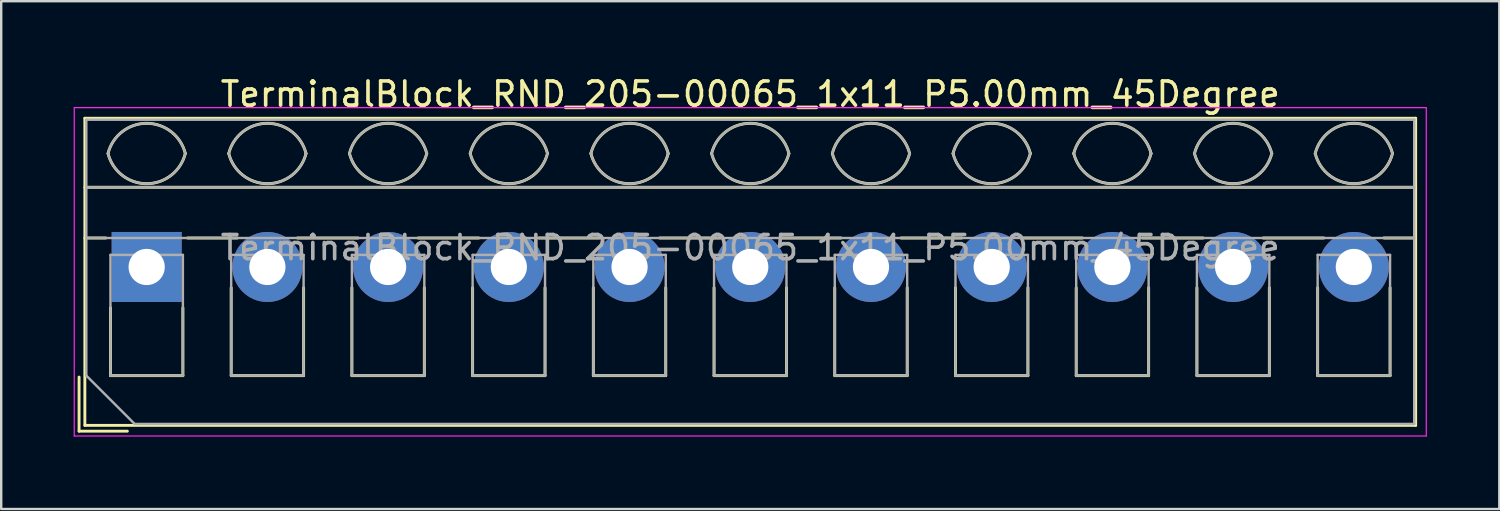
<source format=kicad_pcb>
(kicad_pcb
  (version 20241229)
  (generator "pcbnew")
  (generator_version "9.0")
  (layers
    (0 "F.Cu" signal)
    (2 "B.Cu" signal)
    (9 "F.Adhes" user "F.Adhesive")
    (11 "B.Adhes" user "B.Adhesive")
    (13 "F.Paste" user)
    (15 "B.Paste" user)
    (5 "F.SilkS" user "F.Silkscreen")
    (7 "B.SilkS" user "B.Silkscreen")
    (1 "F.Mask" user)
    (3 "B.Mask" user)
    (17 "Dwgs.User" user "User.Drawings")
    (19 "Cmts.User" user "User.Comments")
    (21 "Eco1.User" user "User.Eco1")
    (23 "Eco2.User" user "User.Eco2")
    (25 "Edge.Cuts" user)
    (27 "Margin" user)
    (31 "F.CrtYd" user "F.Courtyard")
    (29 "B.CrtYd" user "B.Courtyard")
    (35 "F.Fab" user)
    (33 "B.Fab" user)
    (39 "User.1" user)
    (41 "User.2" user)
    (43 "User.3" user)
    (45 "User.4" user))
  (footprint "TerminalBlock_RND_205-00065_1x11_P5.00mm_45Degree"
    (layer "F.Cu")
    (at 3.025 8.008)
    (property "Reference" "TerminalBlock_RND_205-00065_1x11_P5.00mm_45Degree" (at 25 -7.16 0) (layer "F.SilkS") (effects (font (size 1 1) (thickness 0.15))))
    (attr through_hole)
    (fp_line (start -2.8 4.56) (end -2.8 6.8) (stroke (width 0.12) (type solid)) (layer "F.SilkS"))
    (fp_line (start -2.8 6.8) (end -0.8 6.8) (stroke (width 0.12) (type solid)) (layer "F.SilkS"))
    (fp_line (start -2.56 -6.16) (end -2.56 6.56) (stroke (width 0.12) (type solid)) (layer "F.SilkS"))
    (fp_line (start -2.56 -6.16) (end 52.56 -6.16) (stroke (width 0.12) (type solid)) (layer "F.SilkS"))
    (fp_line (start -2.56 -3.301) (end 52.56 -3.301) (stroke (width 0.12) (type solid)) (layer "F.SilkS"))
    (fp_line (start -2.56 -1.201) (end -1.69 -1.201) (stroke (width 0.12) (type solid)) (layer "F.SilkS"))
    (fp_line (start -2.56 6.56) (end 52.56 6.56) (stroke (width 0.12) (type solid)) (layer "F.SilkS"))
    (fp_line (start -1.5 1.69) (end -1.5 4.5) (stroke (width 0.12) (type solid)) (layer "F.SilkS"))
    (fp_line (start -1.5 4.5) (end 1.5 4.5) (stroke (width 0.12) (type solid)) (layer "F.SilkS"))
    (fp_line (start 1.5 1.69) (end 1.5 4.5) (stroke (width 0.12) (type solid)) (layer "F.SilkS"))
    (fp_line (start 1.69 -1.201) (end 3.758 -1.201) (stroke (width 0.12) (type solid)) (layer "F.SilkS"))
    (fp_line (start 3.5 0.86) (end 3.5 4.5) (stroke (width 0.12) (type solid)) (layer "F.SilkS"))
    (fp_line (start 3.5 4.5) (end 6.5 4.5) (stroke (width 0.12) (type solid)) (layer "F.SilkS"))
    (fp_line (start 6.243 -1.201) (end 8.758 -1.201) (stroke (width 0.12) (type solid)) (layer "F.SilkS"))
    (fp_line (start 6.5 0.86) (end 6.5 4.5) (stroke (width 0.12) (type solid)) (layer "F.SilkS"))
    (fp_line (start 8.5 0.86) (end 8.5 4.5) (stroke (width 0.12) (type solid)) (layer "F.SilkS"))
    (fp_line (start 8.5 4.5) (end 11.5 4.5) (stroke (width 0.12) (type solid)) (layer "F.SilkS"))
    (fp_line (start 11.243 -1.201) (end 13.758 -1.201) (stroke (width 0.12) (type solid)) (layer "F.SilkS"))
    (fp_line (start 11.5 0.86) (end 11.5 4.5) (stroke (width 0.12) (type solid)) (layer "F.SilkS"))
    (fp_line (start 13.5 0.86) (end 13.5 4.5) (stroke (width 0.12) (type solid)) (layer "F.SilkS"))
    (fp_line (start 13.5 4.5) (end 16.5 4.5) (stroke (width 0.12) (type solid)) (layer "F.SilkS"))
    (fp_line (start 16.243 -1.201) (end 18.758 -1.201) (stroke (width 0.12) (type solid)) (layer "F.SilkS"))
    (fp_line (start 16.5 0.86) (end 16.5 4.5) (stroke (width 0.12) (type solid)) (layer "F.SilkS"))
    (fp_line (start 18.5 0.86) (end 18.5 4.5) (stroke (width 0.12) (type solid)) (layer "F.SilkS"))
    (fp_line (start 18.5 4.5) (end 21.5 4.5) (stroke (width 0.12) (type solid)) (layer "F.SilkS"))
    (fp_line (start 21.243 -1.201) (end 23.758 -1.201) (stroke (width 0.12) (type solid)) (layer "F.SilkS"))
    (fp_line (start 21.5 0.86) (end 21.5 4.5) (stroke (width 0.12) (type solid)) (layer "F.SilkS"))
    (fp_line (start 23.5 0.86) (end 23.5 4.5) (stroke (width 0.12) (type solid)) (layer "F.SilkS"))
    (fp_line (start 23.5 4.5) (end 26.5 4.5) (stroke (width 0.12) (type solid)) (layer "F.SilkS"))
    (fp_line (start 26.243 -1.201) (end 28.758 -1.201) (stroke (width 0.12) (type solid)) (layer "F.SilkS"))
    (fp_line (start 26.5 0.86) (end 26.5 4.5) (stroke (width 0.12) (type solid)) (layer "F.SilkS"))
    (fp_line (start 28.5 0.86) (end 28.5 4.5) (stroke (width 0.12) (type solid)) (layer "F.SilkS"))
    (fp_line (start 28.5 4.5) (end 31.5 4.5) (stroke (width 0.12) (type solid)) (layer "F.SilkS"))
    (fp_line (start 31.243 -1.201) (end 33.758 -1.201) (stroke (width 0.12) (type solid)) (layer "F.SilkS"))
    (fp_line (start 31.5 0.86) (end 31.5 4.5) (stroke (width 0.12) (type solid)) (layer "F.SilkS"))
    (fp_line (start 33.5 0.86) (end 33.5 4.5) (stroke (width 0.12) (type solid)) (layer "F.SilkS"))
    (fp_line (start 33.5 4.5) (end 36.5 4.5) (stroke (width 0.12) (type solid)) (layer "F.SilkS"))
    (fp_line (start 36.243 -1.201) (end 38.758 -1.201) (stroke (width 0.12) (type solid)) (layer "F.SilkS"))
    (fp_line (start 36.5 0.86) (end 36.5 4.5) (stroke (width 0.12) (type solid)) (layer "F.SilkS"))
    (fp_line (start 38.5 0.86) (end 38.5 4.5) (stroke (width 0.12) (type solid)) (layer "F.SilkS"))
    (fp_line (start 38.5 4.5) (end 41.5 4.5) (stroke (width 0.12) (type solid)) (layer "F.SilkS"))
    (fp_line (start 41.243 -1.201) (end 43.758 -1.201) (stroke (width 0.12) (type solid)) (layer "F.SilkS"))
    (fp_line (start 41.5 0.86) (end 41.5 4.5) (stroke (width 0.12) (type solid)) (layer "F.SilkS"))
    (fp_line (start 43.5 0.86) (end 43.5 4.5) (stroke (width 0.12) (type solid)) (layer "F.SilkS"))
    (fp_line (start 43.5 4.5) (end 46.5 4.5) (stroke (width 0.12) (type solid)) (layer "F.SilkS"))
    (fp_line (start 46.243 -1.201) (end 48.758 -1.201) (stroke (width 0.12) (type solid)) (layer "F.SilkS"))
    (fp_line (start 46.5 0.86) (end 46.5 4.5) (stroke (width 0.12) (type solid)) (layer "F.SilkS"))
    (fp_line (start 48.5 0.86) (end 48.5 4.5) (stroke (width 0.12) (type solid)) (layer "F.SilkS"))
    (fp_line (start 48.5 4.5) (end 51.5 4.5) (stroke (width 0.12) (type solid)) (layer "F.SilkS"))
    (fp_line (start 51.243 -1.201) (end 52.56 -1.201) (stroke (width 0.12) (type solid)) (layer "F.SilkS"))
    (fp_line (start 51.5 0.86) (end 51.5 4.5) (stroke (width 0.12) (type solid)) (layer "F.SilkS"))
    (fp_line (start 52.56 -6.16) (end 52.56 6.56) (stroke (width 0.12) (type solid)) (layer "F.SilkS"))
    (fp_arc (start -1.600914 -4.700344) (mid 0.000177 -5.95097) (end 1.601 -4.7) (stroke (width 0.12) (type solid)) (layer "F.SilkS"))
    (fp_arc (start 1.6 -4.7) (mid -0.000064 -3.45) (end -1.600031 -4.700125) (stroke (width 0.12) (type solid)) (layer "F.SilkS"))
    (fp_arc (start 3.399086 -4.700344) (mid 5.000177 -5.95097) (end 6.601 -4.7) (stroke (width 0.12) (type solid)) (layer "F.SilkS"))
    (fp_arc (start 6.6 -4.7) (mid 4.999936 -3.45) (end 3.399969 -4.700125) (stroke (width 0.12) (type solid)) (layer "F.SilkS"))
    (fp_arc (start 8.399086 -4.700344) (mid 10.000177 -5.95097) (end 11.601 -4.7) (stroke (width 0.12) (type solid)) (layer "F.SilkS"))
    (fp_arc (start 11.6 -4.7) (mid 9.999936 -3.45) (end 8.399969 -4.700125) (stroke (width 0.12) (type solid)) (layer "F.SilkS"))
    (fp_arc (start 13.399086 -4.700344) (mid 15.000177 -5.95097) (end 16.601 -4.7) (stroke (width 0.12) (type solid)) (layer "F.SilkS"))
    (fp_arc (start 16.6 -4.7) (mid 14.999936 -3.45) (end 13.399969 -4.700125) (stroke (width 0.12) (type solid)) (layer "F.SilkS"))
    (fp_arc (start 18.399086 -4.700344) (mid 20.000177 -5.95097) (end 21.601 -4.7) (stroke (width 0.12) (type solid)) (layer "F.SilkS"))
    (fp_arc (start 21.6 -4.7) (mid 19.999936 -3.45) (end 18.399969 -4.700125) (stroke (width 0.12) (type solid)) (layer "F.SilkS"))
    (fp_arc (start 23.399086 -4.700344) (mid 25.000177 -5.95097) (end 26.601 -4.7) (stroke (width 0.12) (type solid)) (layer "F.SilkS"))
    (fp_arc (start 26.6 -4.7) (mid 24.999936 -3.45) (end 23.399969 -4.700125) (stroke (width 0.12) (type solid)) (layer "F.SilkS"))
    (fp_arc (start 28.399086 -4.700344) (mid 30.000177 -5.95097) (end 31.601 -4.7) (stroke (width 0.12) (type solid)) (layer "F.SilkS"))
    (fp_arc (start 31.6 -4.7) (mid 29.999936 -3.45) (end 28.399969 -4.700125) (stroke (width 0.12) (type solid)) (layer "F.SilkS"))
    (fp_arc (start 33.399086 -4.700344) (mid 35.000177 -5.95097) (end 36.601 -4.7) (stroke (width 0.12) (type solid)) (layer "F.SilkS"))
    (fp_arc (start 36.6 -4.7) (mid 34.999936 -3.45) (end 33.399969 -4.700125) (stroke (width 0.12) (type solid)) (layer "F.SilkS"))
    (fp_arc (start 38.399086 -4.700344) (mid 40.000177 -5.95097) (end 41.601 -4.7) (stroke (width 0.12) (type solid)) (layer "F.SilkS"))
    (fp_arc (start 41.6 -4.7) (mid 39.999936 -3.45) (end 38.399969 -4.700125) (stroke (width 0.12) (type solid)) (layer "F.SilkS"))
    (fp_arc (start 43.399086 -4.700344) (mid 45.000177 -5.95097) (end 46.601 -4.7) (stroke (width 0.12) (type solid)) (layer "F.SilkS"))
    (fp_arc (start 46.6 -4.7) (mid 44.999936 -3.45) (end 43.399969 -4.700125) (stroke (width 0.12) (type solid)) (layer "F.SilkS"))
    (fp_arc (start 48.399086 -4.700344) (mid 50.000177 -5.95097) (end 51.601 -4.7) (stroke (width 0.12) (type solid)) (layer "F.SilkS"))
    (fp_arc (start 51.6 -4.7) (mid 49.999936 -3.45) (end 48.399969 -4.700125) (stroke (width 0.12) (type solid)) (layer "F.SilkS"))
    (fp_line (start -3 -6.6) (end -3 7) (stroke (width 0.05) (type solid)) (layer "F.CrtYd"))
    (fp_line (start -3 7) (end 53 7) (stroke (width 0.05) (type solid)) (layer "F.CrtYd"))
    (fp_line (start 53 -6.6) (end -3 -6.6) (stroke (width 0.05) (type solid)) (layer "F.CrtYd"))
    (fp_line (start 53 7) (end 53 -6.6) (stroke (width 0.05) (type solid)) (layer "F.CrtYd"))
    (fp_line (start -2.5 -6.1) (end 52.5 -6.1) (stroke (width 0.1) (type solid)) (layer "F.Fab"))
    (fp_line (start -2.5 -3.3) (end 52.5 -3.3) (stroke (width 0.1) (type solid)) (layer "F.Fab"))
    (fp_line (start -2.5 -1.2) (end 52.5 -1.2) (stroke (width 0.1) (type solid)) (layer "F.Fab"))
    (fp_line (start -2.5 4.5) (end -2.5 -6.1) (stroke (width 0.1) (type solid)) (layer "F.Fab"))
    (fp_line (start -1.5 -0.5) (end -1.5 4.5) (stroke (width 0.1) (type solid)) (layer "F.Fab"))
    (fp_line (start -1.5 4.5) (end 1.5 4.5) (stroke (width 0.1) (type solid)) (layer "F.Fab"))
    (fp_line (start -0.5 6.5) (end -2.5 4.5) (stroke (width 0.1) (type solid)) (layer "F.Fab"))
    (fp_line (start 1.5 -0.5) (end -1.5 -0.5) (stroke (width 0.1) (type solid)) (layer "F.Fab"))
    (fp_line (start 1.5 4.5) (end 1.5 -0.5) (stroke (width 0.1) (type solid)) (layer "F.Fab"))
    (fp_line (start 3.5 -0.5) (end 3.5 4.5) (stroke (width 0.1) (type solid)) (layer "F.Fab"))
    (fp_line (start 3.5 4.5) (end 6.5 4.5) (stroke (width 0.1) (type solid)) (layer "F.Fab"))
    (fp_line (start 6.5 -0.5) (end 3.5 -0.5) (stroke (width 0.1) (type solid)) (layer "F.Fab"))
    (fp_line (start 6.5 4.5) (end 6.5 -0.5) (stroke (width 0.1) (type solid)) (layer "F.Fab"))
    (fp_line (start 8.5 -0.5) (end 8.5 4.5) (stroke (width 0.1) (type solid)) (layer "F.Fab"))
    (fp_line (start 8.5 4.5) (end 11.5 4.5) (stroke (width 0.1) (type solid)) (layer "F.Fab"))
    (fp_line (start 11.5 -0.5) (end 8.5 -0.5) (stroke (width 0.1) (type solid)) (layer "F.Fab"))
    (fp_line (start 11.5 4.5) (end 11.5 -0.5) (stroke (width 0.1) (type solid)) (layer "F.Fab"))
    (fp_line (start 13.5 -0.5) (end 13.5 4.5) (stroke (width 0.1) (type solid)) (layer "F.Fab"))
    (fp_line (start 13.5 4.5) (end 16.5 4.5) (stroke (width 0.1) (type solid)) (layer "F.Fab"))
    (fp_line (start 16.5 -0.5) (end 13.5 -0.5) (stroke (width 0.1) (type solid)) (layer "F.Fab"))
    (fp_line (start 16.5 4.5) (end 16.5 -0.5) (stroke (width 0.1) (type solid)) (layer "F.Fab"))
    (fp_line (start 18.5 -0.5) (end 18.5 4.5) (stroke (width 0.1) (type solid)) (layer "F.Fab"))
    (fp_line (start 18.5 4.5) (end 21.5 4.5) (stroke (width 0.1) (type solid)) (layer "F.Fab"))
    (fp_line (start 21.5 -0.5) (end 18.5 -0.5) (stroke (width 0.1) (type solid)) (layer "F.Fab"))
    (fp_line (start 21.5 4.5) (end 21.5 -0.5) (stroke (width 0.1) (type solid)) (layer "F.Fab"))
    (fp_line (start 23.5 -0.5) (end 23.5 4.5) (stroke (width 0.1) (type solid)) (layer "F.Fab"))
    (fp_line (start 23.5 4.5) (end 26.5 4.5) (stroke (width 0.1) (type solid)) (layer "F.Fab"))
    (fp_line (start 26.5 -0.5) (end 23.5 -0.5) (stroke (width 0.1) (type solid)) (layer "F.Fab"))
    (fp_line (start 26.5 4.5) (end 26.5 -0.5) (stroke (width 0.1) (type solid)) (layer "F.Fab"))
    (fp_line (start 28.5 -0.5) (end 28.5 4.5) (stroke (width 0.1) (type solid)) (layer "F.Fab"))
    (fp_line (start 28.5 4.5) (end 31.5 4.5) (stroke (width 0.1) (type solid)) (layer "F.Fab"))
    (fp_line (start 31.5 -0.5) (end 28.5 -0.5) (stroke (width 0.1) (type solid)) (layer "F.Fab"))
    (fp_line (start 31.5 4.5) (end 31.5 -0.5) (stroke (width 0.1) (type solid)) (layer "F.Fab"))
    (fp_line (start 33.5 -0.5) (end 33.5 4.5) (stroke (width 0.1) (type solid)) (layer "F.Fab"))
    (fp_line (start 33.5 4.5) (end 36.5 4.5) (stroke (width 0.1) (type solid)) (layer "F.Fab"))
    (fp_line (start 36.5 -0.5) (end 33.5 -0.5) (stroke (width 0.1) (type solid)) (layer "F.Fab"))
    (fp_line (start 36.5 4.5) (end 36.5 -0.5) (stroke (width 0.1) (type solid)) (layer "F.Fab"))
    (fp_line (start 38.5 -0.5) (end 38.5 4.5) (stroke (width 0.1) (type solid)) (layer "F.Fab"))
    (fp_line (start 38.5 4.5) (end 41.5 4.5) (stroke (width 0.1) (type solid)) (layer "F.Fab"))
    (fp_line (start 41.5 -0.5) (end 38.5 -0.5) (stroke (width 0.1) (type solid)) (layer "F.Fab"))
    (fp_line (start 41.5 4.5) (end 41.5 -0.5) (stroke (width 0.1) (type solid)) (layer "F.Fab"))
    (fp_line (start 43.5 -0.5) (end 43.5 4.5) (stroke (width 0.1) (type solid)) (layer "F.Fab"))
    (fp_line (start 43.5 4.5) (end 46.5 4.5) (stroke (width 0.1) (type solid)) (layer "F.Fab"))
    (fp_line (start 46.5 -0.5) (end 43.5 -0.5) (stroke (width 0.1) (type solid)) (layer "F.Fab"))
    (fp_line (start 46.5 4.5) (end 46.5 -0.5) (stroke (width 0.1) (type solid)) (layer "F.Fab"))
    (fp_line (start 48.5 -0.5) (end 48.5 4.5) (stroke (width 0.1) (type solid)) (layer "F.Fab"))
    (fp_line (start 48.5 4.5) (end 51.5 4.5) (stroke (width 0.1) (type solid)) (layer "F.Fab"))
    (fp_line (start 51.5 -0.5) (end 48.5 -0.5) (stroke (width 0.1) (type solid)) (layer "F.Fab"))
    (fp_line (start 51.5 4.5) (end 51.5 -0.5) (stroke (width 0.1) (type solid)) (layer "F.Fab"))
    (fp_line (start 52.5 -6.1) (end 52.5 6.5) (stroke (width 0.1) (type solid)) (layer "F.Fab"))
    (fp_line (start 52.5 6.5) (end -0.5 6.5) (stroke (width 0.1) (type solid)) (layer "F.Fab"))
    (fp_arc (start -1.600914 -4.700344) (mid 0.000177 -5.95097) (end 1.601 -4.7) (stroke (width 0.1) (type solid)) (layer "F.Fab"))
    (fp_arc (start 1.6 -4.7) (mid -0.000064 -3.45) (end -1.600031 -4.700125) (stroke (width 0.1) (type solid)) (layer "F.Fab"))
    (fp_arc (start 3.399086 -4.700344) (mid 5.000177 -5.95097) (end 6.601 -4.7) (stroke (width 0.1) (type solid)) (layer "F.Fab"))
    (fp_arc (start 6.6 -4.7) (mid 4.999936 -3.45) (end 3.399969 -4.700125) (stroke (width 0.1) (type solid)) (layer "F.Fab"))
    (fp_arc (start 8.399086 -4.700344) (mid 10.000177 -5.95097) (end 11.601 -4.7) (stroke (width 0.1) (type solid)) (layer "F.Fab"))
    (fp_arc (start 11.6 -4.7) (mid 9.999936 -3.45) (end 8.399969 -4.700125) (stroke (width 0.1) (type solid)) (layer "F.Fab"))
    (fp_arc (start 13.399086 -4.700344) (mid 15.000177 -5.95097) (end 16.601 -4.7) (stroke (width 0.1) (type solid)) (layer "F.Fab"))
    (fp_arc (start 16.6 -4.7) (mid 14.999936 -3.45) (end 13.399969 -4.700125) (stroke (width 0.1) (type solid)) (layer "F.Fab"))
    (fp_arc (start 18.399086 -4.700344) (mid 20.000177 -5.95097) (end 21.601 -4.7) (stroke (width 0.1) (type solid)) (layer "F.Fab"))
    (fp_arc (start 21.6 -4.7) (mid 19.999936 -3.45) (end 18.399969 -4.700125) (stroke (width 0.1) (type solid)) (layer "F.Fab"))
    (fp_arc (start 23.399086 -4.700344) (mid 25.000177 -5.95097) (end 26.601 -4.7) (stroke (width 0.1) (type solid)) (layer "F.Fab"))
    (fp_arc (start 26.6 -4.7) (mid 24.999936 -3.45) (end 23.399969 -4.700125) (stroke (width 0.1) (type solid)) (layer "F.Fab"))
    (fp_arc (start 28.399086 -4.700344) (mid 30.000177 -5.95097) (end 31.601 -4.7) (stroke (width 0.1) (type solid)) (layer "F.Fab"))
    (fp_arc (start 31.6 -4.7) (mid 29.999936 -3.45) (end 28.399969 -4.700125) (stroke (width 0.1) (type solid)) (layer "F.Fab"))
    (fp_arc (start 33.399086 -4.700344) (mid 35.000177 -5.95097) (end 36.601 -4.7) (stroke (width 0.1) (type solid)) (layer "F.Fab"))
    (fp_arc (start 36.6 -4.7) (mid 34.999936 -3.45) (end 33.399969 -4.700125) (stroke (width 0.1) (type solid)) (layer "F.Fab"))
    (fp_arc (start 38.399086 -4.700344) (mid 40.000177 -5.95097) (end 41.601 -4.7) (stroke (width 0.1) (type solid)) (layer "F.Fab"))
    (fp_arc (start 41.6 -4.7) (mid 39.999936 -3.45) (end 38.399969 -4.700125) (stroke (width 0.1) (type solid)) (layer "F.Fab"))
    (fp_arc (start 43.399086 -4.700344) (mid 45.000177 -5.95097) (end 46.601 -4.7) (stroke (width 0.1) (type solid)) (layer "F.Fab"))
    (fp_arc (start 46.6 -4.7) (mid 44.999936 -3.45) (end 43.399969 -4.700125) (stroke (width 0.1) (type solid)) (layer "F.Fab"))
    (fp_arc (start 48.399086 -4.700344) (mid 50.000177 -5.95097) (end 51.601 -4.7) (stroke (width 0.1) (type solid)) (layer "F.Fab"))
    (fp_arc (start 51.6 -4.7) (mid 49.999936 -3.45) (end 48.399969 -4.700125) (stroke (width 0.1) (type solid)) (layer "F.Fab"))
    (fp_text user "${REFERENCE}" (at 25 -0.8 0) (layer "F.Fab") (effects (font (size 1 1) (thickness 0.15))))
    (pad "1" thru_hole rect (at 0 0) (size 2.9 2.9) (drill 1.5) (layers "*.Cu" "*.Mask"))
    (pad "2" thru_hole circle (at 5 0) (size 2.9 2.9) (drill 1.5) (layers "*.Cu" "*.Mask"))
    (pad "3" thru_hole circle (at 10 0) (size 2.9 2.9) (drill 1.5) (layers "*.Cu" "*.Mask"))
    (pad "4" thru_hole circle (at 15 0) (size 2.9 2.9) (drill 1.5) (layers "*.Cu" "*.Mask"))
    (pad "5" thru_hole circle (at 20 0) (size 2.9 2.9) (drill 1.5) (layers "*.Cu" "*.Mask"))
    (pad "6" thru_hole circle (at 25 0) (size 2.9 2.9) (drill 1.5) (layers "*.Cu" "*.Mask"))
    (pad "7" thru_hole circle (at 30 0) (size 2.9 2.9) (drill 1.5) (layers "*.Cu" "*.Mask"))
    (pad "8" thru_hole circle (at 35 0) (size 2.9 2.9) (drill 1.5) (layers "*.Cu" "*.Mask"))
    (pad "9" thru_hole circle (at 40 0) (size 2.9 2.9) (drill 1.5) (layers "*.Cu" "*.Mask"))
    (pad "10" thru_hole circle (at 45 0) (size 2.9 2.9) (drill 1.5) (layers "*.Cu" "*.Mask"))
    (pad "11" thru_hole circle (at 50 0) (size 2.9 2.9) (drill 1.5) (layers "*.Cu" "*.Mask")))
  (gr_rect
    (start -3 -3)
    (end 59.05 18.033)
    (stroke (width 0.1) (type default))
    (fill no)
    (layer "Edge.Cuts")))
</source>
